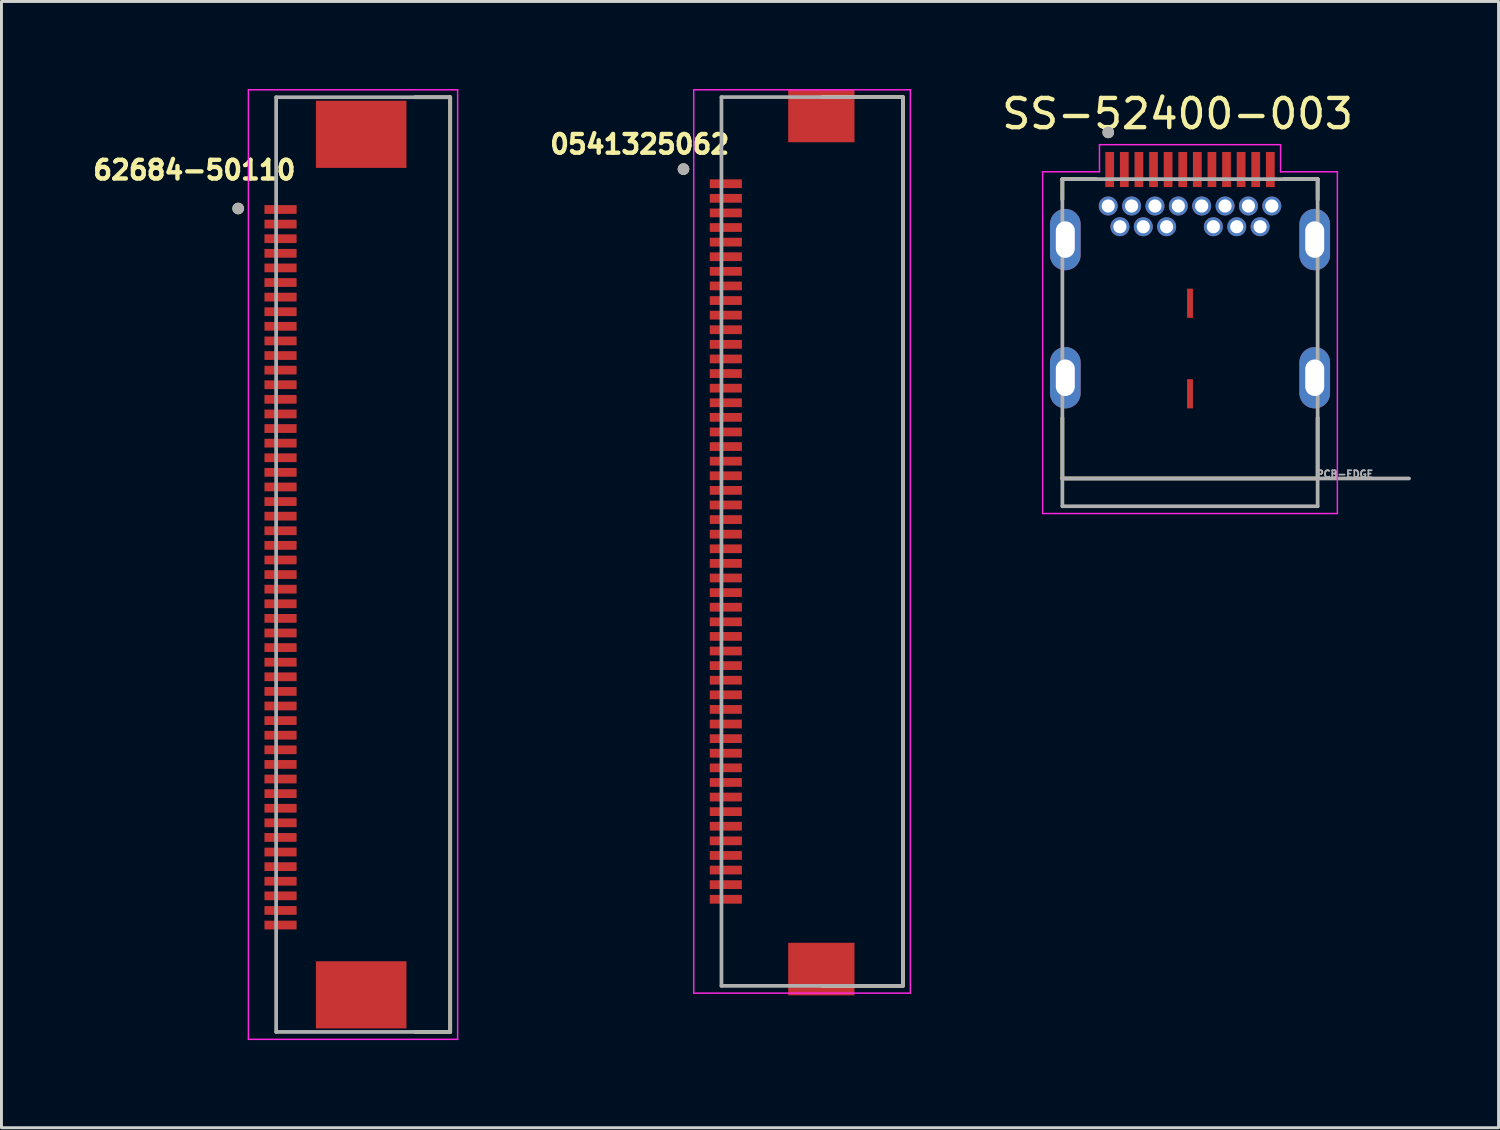
<source format=kicad_pcb>
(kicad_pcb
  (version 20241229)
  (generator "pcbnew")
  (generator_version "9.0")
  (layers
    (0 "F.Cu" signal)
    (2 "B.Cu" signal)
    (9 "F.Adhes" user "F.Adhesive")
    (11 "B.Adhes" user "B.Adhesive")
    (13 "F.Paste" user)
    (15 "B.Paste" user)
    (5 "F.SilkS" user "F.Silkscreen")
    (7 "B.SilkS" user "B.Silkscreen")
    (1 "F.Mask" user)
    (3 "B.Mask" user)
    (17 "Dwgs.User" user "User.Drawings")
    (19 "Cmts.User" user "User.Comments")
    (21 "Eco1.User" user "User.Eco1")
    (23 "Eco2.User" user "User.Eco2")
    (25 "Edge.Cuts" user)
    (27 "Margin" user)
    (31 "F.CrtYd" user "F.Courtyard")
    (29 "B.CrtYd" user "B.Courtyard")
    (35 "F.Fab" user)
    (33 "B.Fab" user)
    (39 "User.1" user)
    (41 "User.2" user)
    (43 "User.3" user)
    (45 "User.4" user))
  (footprint "0541325062"
    (layer "F.Cu")
    (at 23.802 14.89)
    (property "Reference" "0541325062" (at -4.95 -13 180) (layer "F.SilkS") (effects (font (size 0.64 0.64) (thickness 0.15))))
    (attr smd)
    (fp_line (start 4.064 -14.615) (end 1.3 -14.615) (stroke (width 0.127) (type solid)) (layer "F.SilkS"))
    (fp_line (start 4.064 15.815) (end 1.3 15.815) (stroke (width 0.127) (type solid)) (layer "F.SilkS"))
    (fp_line (start 4.064 15.815) (end 4.064 -14.615) (stroke (width 0.127) (type solid)) (layer "F.SilkS"))
    (fp_circle (center -3.45 -12.15) (end -3.45 -12.25) (stroke (width 0.2) (type solid)) (fill no) (layer "F.SilkS"))
    (fp_line (start -3.1 -14.865) (end -3.1 16.065) (stroke (width 0.05) (type solid)) (layer "F.CrtYd"))
    (fp_line (start -3.1 16.065) (end 4.318 16.065) (stroke (width 0.05) (type solid)) (layer "F.CrtYd"))
    (fp_line (start 4.318 -14.865) (end -3.1 -14.865) (stroke (width 0.05) (type solid)) (layer "F.CrtYd"))
    (fp_line (start 4.318 16.065) (end 4.318 -14.865) (stroke (width 0.05) (type solid)) (layer "F.CrtYd"))
    (fp_line (start -2.15 15.815) (end -2.15 -14.615) (stroke (width 0.127) (type solid)) (layer "F.Fab"))
    (fp_line (start -2.15 15.815) (end 4.064 15.815) (stroke (width 0.127) (type solid)) (layer "F.Fab"))
    (fp_line (start 4.064 -14.615) (end -2.15 -14.615) (stroke (width 0.127) (type solid)) (layer "F.Fab"))
    (fp_line (start 4.064 15.815) (end 4.064 -14.615) (stroke (width 0.127) (type solid)) (layer "F.Fab"))
    (fp_circle (center -3.45 -12.15) (end -3.45 -12.25) (stroke (width 0.2) (type solid)) (fill no) (layer "F.Fab"))
    (pad "1" smd rect (at -2 -11.65 270) (size 0.3 1.1) (layers "F.Cu" "F.Mask" "F.Paste"))
    (pad "2" smd rect (at -2 -11.15 270) (size 0.3 1.1) (layers "F.Cu" "F.Mask" "F.Paste"))
    (pad "3" smd rect (at -2 -10.65 270) (size 0.3 1.1) (layers "F.Cu" "F.Mask" "F.Paste"))
    (pad "4" smd rect (at -2 -10.15 270) (size 0.3 1.1) (layers "F.Cu" "F.Mask" "F.Paste"))
    (pad "5" smd rect (at -2 -9.65 270) (size 0.3 1.1) (layers "F.Cu" "F.Mask" "F.Paste"))
    (pad "6" smd rect (at -2 -9.15 270) (size 0.3 1.1) (layers "F.Cu" "F.Mask" "F.Paste"))
    (pad "7" smd rect (at -2 -8.65 270) (size 0.3 1.1) (layers "F.Cu" "F.Mask" "F.Paste"))
    (pad "8" smd rect (at -2 -8.15 270) (size 0.3 1.1) (layers "F.Cu" "F.Mask" "F.Paste"))
    (pad "9" smd rect (at -2 -7.65 270) (size 0.3 1.1) (layers "F.Cu" "F.Mask" "F.Paste"))
    (pad "10" smd rect (at -2 -7.15 270) (size 0.3 1.1) (layers "F.Cu" "F.Mask" "F.Paste"))
    (pad "11" smd rect (at -2 -6.65 270) (size 0.3 1.1) (layers "F.Cu" "F.Mask" "F.Paste"))
    (pad "12" smd rect (at -2 -6.15 270) (size 0.3 1.1) (layers "F.Cu" "F.Mask" "F.Paste"))
    (pad "13" smd rect (at -2 -5.65 270) (size 0.3 1.1) (layers "F.Cu" "F.Mask" "F.Paste"))
    (pad "14" smd rect (at -2 -5.15 270) (size 0.3 1.1) (layers "F.Cu" "F.Mask" "F.Paste"))
    (pad "15" smd rect (at -2 -4.65 270) (size 0.3 1.1) (layers "F.Cu" "F.Mask" "F.Paste"))
    (pad "16" smd rect (at -2 -4.15 270) (size 0.3 1.1) (layers "F.Cu" "F.Mask" "F.Paste"))
    (pad "17" smd rect (at -2 -3.65 270) (size 0.3 1.1) (layers "F.Cu" "F.Mask" "F.Paste"))
    (pad "18" smd rect (at -2 -3.15 270) (size 0.3 1.1) (layers "F.Cu" "F.Mask" "F.Paste"))
    (pad "19" smd rect (at -2 -2.65 270) (size 0.3 1.1) (layers "F.Cu" "F.Mask" "F.Paste"))
    (pad "20" smd rect (at -2 -2.15 270) (size 0.3 1.1) (layers "F.Cu" "F.Mask" "F.Paste"))
    (pad "21" smd rect (at -2 -1.65 270) (size 0.3 1.1) (layers "F.Cu" "F.Mask" "F.Paste"))
    (pad "22" smd rect (at -2 -1.15 270) (size 0.3 1.1) (layers "F.Cu" "F.Mask" "F.Paste"))
    (pad "23" smd rect (at -2 -0.65 270) (size 0.3 1.1) (layers "F.Cu" "F.Mask" "F.Paste"))
    (pad "24" smd rect (at -2 -0.15 270) (size 0.3 1.1) (layers "F.Cu" "F.Mask" "F.Paste"))
    (pad "25" smd rect (at -2 0.35 270) (size 0.3 1.1) (layers "F.Cu" "F.Mask" "F.Paste"))
    (pad "26" smd rect (at -2 0.85 270) (size 0.3 1.1) (layers "F.Cu" "F.Mask" "F.Paste"))
    (pad "27" smd rect (at -2 1.35 270) (size 0.3 1.1) (layers "F.Cu" "F.Mask" "F.Paste"))
    (pad "28" smd rect (at -2 1.85 270) (size 0.3 1.1) (layers "F.Cu" "F.Mask" "F.Paste"))
    (pad "29" smd rect (at -2 2.35 270) (size 0.3 1.1) (layers "F.Cu" "F.Mask" "F.Paste"))
    (pad "30" smd rect (at -2 2.85 270) (size 0.3 1.1) (layers "F.Cu" "F.Mask" "F.Paste"))
    (pad "31" smd rect (at -2 3.35 270) (size 0.3 1.1) (layers "F.Cu" "F.Mask" "F.Paste"))
    (pad "32" smd rect (at -2 3.85 270) (size 0.3 1.1) (layers "F.Cu" "F.Mask" "F.Paste"))
    (pad "33" smd rect (at -2 4.35 270) (size 0.3 1.1) (layers "F.Cu" "F.Mask" "F.Paste"))
    (pad "34" smd rect (at -2 4.85 270) (size 0.3 1.1) (layers "F.Cu" "F.Mask" "F.Paste"))
    (pad "35" smd rect (at -2 5.35 270) (size 0.3 1.1) (layers "F.Cu" "F.Mask" "F.Paste"))
    (pad "36" smd rect (at -2 5.85 270) (size 0.3 1.1) (layers "F.Cu" "F.Mask" "F.Paste"))
    (pad "37" smd rect (at -2 6.35 270) (size 0.3 1.1) (layers "F.Cu" "F.Mask" "F.Paste"))
    (pad "38" smd rect (at -2 6.85 270) (size 0.3 1.1) (layers "F.Cu" "F.Mask" "F.Paste"))
    (pad "39" smd rect (at -2 7.35 270) (size 0.3 1.1) (layers "F.Cu" "F.Mask" "F.Paste"))
    (pad "40" smd rect (at -2 7.85 270) (size 0.3 1.1) (layers "F.Cu" "F.Mask" "F.Paste"))
    (pad "41" smd rect (at -2 8.35 270) (size 0.3 1.1) (layers "F.Cu" "F.Mask" "F.Paste"))
    (pad "42" smd rect (at -2 8.85 270) (size 0.3 1.1) (layers "F.Cu" "F.Mask" "F.Paste"))
    (pad "43" smd rect (at -2 9.35 270) (size 0.3 1.1) (layers "F.Cu" "F.Mask" "F.Paste"))
    (pad "44" smd rect (at -2 9.85 270) (size 0.3 1.1) (layers "F.Cu" "F.Mask" "F.Paste"))
    (pad "45" smd rect (at -2 10.35 270) (size 0.3 1.1) (layers "F.Cu" "F.Mask" "F.Paste"))
    (pad "46" smd rect (at -2 10.85 270) (size 0.3 1.1) (layers "F.Cu" "F.Mask" "F.Paste"))
    (pad "47" smd rect (at -2 11.35 270) (size 0.3 1.1) (layers "F.Cu" "F.Mask" "F.Paste"))
    (pad "48" smd rect (at -2 11.85 270) (size 0.3 1.1) (layers "F.Cu" "F.Mask" "F.Paste"))
    (pad "49" smd rect (at -2 12.35 270) (size 0.3 1.1) (layers "F.Cu" "F.Mask" "F.Paste"))
    (pad "50" smd rect (at -2 12.85 270) (size 0.3 1.1) (layers "F.Cu" "F.Mask" "F.Paste"))
    (pad "F1" smd rect (at 1.27 -13.97 180) (size 2.27 1.8) (layers "F.Cu" "F.Mask" "F.Paste"))
    (pad "F2" smd rect (at 1.27 15.24 180) (size 2.27 1.8) (layers "F.Cu" "F.Mask" "F.Paste")))
  (footprint "SS-52400-003"
    (layer "F.Cu")
    (at 37.695 9.883)
    (property "Reference" "SS-52400-003" (at -0.425 -9.035 0) (layer "F.SilkS") (effects (font (size 1 1) (thickness 0.15))))
    (attr through_hole)
    (fp_line (start -4.37 -6.8) (end -4.37 -6.1) (stroke (width 0.127) (type solid)) (layer "F.SilkS"))
    (fp_line (start -4.37 1.37) (end -4.37 3.45) (stroke (width 0.127) (type solid)) (layer "F.SilkS"))
    (fp_line (start -4.37 3.45) (end 4.37 3.45) (stroke (width 0.127) (type solid)) (layer "F.SilkS"))
    (fp_line (start -3.22 -6.8) (end -4.37 -6.8) (stroke (width 0.127) (type solid)) (layer "F.SilkS"))
    (fp_line (start 3.22 -6.8) (end 4.37 -6.8) (stroke (width 0.127) (type solid)) (layer "F.SilkS"))
    (fp_line (start 4.37 -6.8) (end 4.37 -6.1) (stroke (width 0.127) (type solid)) (layer "F.SilkS"))
    (fp_line (start 4.37 3.45) (end 4.37 1.37) (stroke (width 0.127) (type solid)) (layer "F.SilkS"))
    (fp_circle (center -2.8 -8.4) (end -2.7 -8.4) (stroke (width 0.2) (type solid)) (fill no) (layer "F.SilkS"))
    (fp_line (start -5.045 -7.05) (end -5.045 4.65) (stroke (width 0.05) (type solid)) (layer "F.CrtYd"))
    (fp_line (start -5.045 4.65) (end 5.045 4.65) (stroke (width 0.05) (type solid)) (layer "F.CrtYd"))
    (fp_line (start -3.1 -7.98) (end -3.1 -7.05) (stroke (width 0.05) (type solid)) (layer "F.CrtYd"))
    (fp_line (start -3.1 -7.05) (end -5.045 -7.05) (stroke (width 0.05) (type solid)) (layer "F.CrtYd"))
    (fp_line (start 3.1 -7.98) (end -3.1 -7.98) (stroke (width 0.05) (type solid)) (layer "F.CrtYd"))
    (fp_line (start 3.1 -7.05) (end 3.1 -7.98) (stroke (width 0.05) (type solid)) (layer "F.CrtYd"))
    (fp_line (start 5.045 -7.05) (end 3.1 -7.05) (stroke (width 0.05) (type solid)) (layer "F.CrtYd"))
    (fp_line (start 5.045 4.65) (end 5.045 -7.05) (stroke (width 0.05) (type solid)) (layer "F.CrtYd"))
    (fp_line (start -4.37 -6.8) (end 4.37 -6.8) (stroke (width 0.127) (type solid)) (layer "F.Fab"))
    (fp_line (start -4.37 3.45) (end -4.37 -6.8) (stroke (width 0.127) (type solid)) (layer "F.Fab"))
    (fp_line (start -4.37 3.45) (end 7.5 3.45) (stroke (width 0.127) (type solid)) (layer "F.Fab"))
    (fp_line (start -4.37 4.4) (end -4.37 3.45) (stroke (width 0.127) (type solid)) (layer "F.Fab"))
    (fp_line (start 4.37 -6.8) (end 4.37 4.4) (stroke (width 0.127) (type solid)) (layer "F.Fab"))
    (fp_line (start 4.37 4.4) (end -4.37 4.4) (stroke (width 0.127) (type solid)) (layer "F.Fab"))
    (fp_circle (center -2.8 -8.4) (end -2.7 -8.4) (stroke (width 0.2) (type solid)) (fill no) (layer "F.Fab"))
    (fp_text user "PCB-EDGE" (at 5.3 3.3 0) (layer "F.Fab") (effects (font (size 0.24 0.24) (thickness 0.15))))
    (pad "A1" smd rect (at -2.75 -7.13) (size 0.3 1.2) (layers "F.Cu" "F.Mask" "F.Paste"))
    (pad "A2" smd rect (at -2.25 -7.13) (size 0.3 1.2) (layers "F.Cu" "F.Mask" "F.Paste"))
    (pad "A3" smd rect (at -1.75 -7.13) (size 0.3 1.2) (layers "F.Cu" "F.Mask" "F.Paste"))
    (pad "A4" smd rect (at -1.25 -7.13) (size 0.3 1.2) (layers "F.Cu" "F.Mask" "F.Paste"))
    (pad "A5" smd rect (at -0.75 -7.13) (size 0.3 1.2) (layers "F.Cu" "F.Mask" "F.Paste"))
    (pad "A6" smd rect (at -0.25 -7.13) (size 0.3 1.2) (layers "F.Cu" "F.Mask" "F.Paste"))
    (pad "A7" smd rect (at 0.25 -7.13) (size 0.3 1.2) (layers "F.Cu" "F.Mask" "F.Paste"))
    (pad "A8" smd rect (at 0.75 -7.13) (size 0.3 1.2) (layers "F.Cu" "F.Mask" "F.Paste"))
    (pad "A9" smd rect (at 1.25 -7.13) (size 0.3 1.2) (layers "F.Cu" "F.Mask" "F.Paste"))
    (pad "A10" smd rect (at 1.75 -7.13) (size 0.3 1.2) (layers "F.Cu" "F.Mask" "F.Paste"))
    (pad "A11" smd rect (at 2.25 -7.13) (size 0.3 1.2) (layers "F.Cu" "F.Mask" "F.Paste"))
    (pad "A12" smd rect (at 2.75 -7.13) (size 0.3 1.2) (layers "F.Cu" "F.Mask" "F.Paste"))
    (pad "B1" thru_hole circle (at 2.8 -5.88) (size 0.65 0.65) (drill 0.45) (layers "*.Cu" "*.Mask"))
    (pad "B2" thru_hole circle (at 2.4 -5.17) (size 0.65 0.65) (drill 0.45) (layers "*.Cu" "*.Mask"))
    (pad "B3" thru_hole circle (at 1.6 -5.17) (size 0.65 0.65) (drill 0.45) (layers "*.Cu" "*.Mask"))
    (pad "B4" thru_hole circle (at 1.2 -5.88) (size 0.65 0.65) (drill 0.45) (layers "*.Cu" "*.Mask"))
    (pad "B5" thru_hole circle (at 0.8 -5.17) (size 0.65 0.65) (drill 0.45) (layers "*.Cu" "*.Mask"))
    (pad "B6" thru_hole circle (at 0.4 -5.88) (size 0.65 0.65) (drill 0.45) (layers "*.Cu" "*.Mask"))
    (pad "B7" thru_hole circle (at -0.4 -5.88) (size 0.65 0.65) (drill 0.45) (layers "*.Cu" "*.Mask"))
    (pad "B8" thru_hole circle (at -0.8 -5.17) (size 0.65 0.65) (drill 0.45) (layers "*.Cu" "*.Mask"))
    (pad "B9" thru_hole circle (at -1.2 -5.88) (size 0.65 0.65) (drill 0.45) (layers "*.Cu" "*.Mask"))
    (pad "B10" thru_hole circle (at -1.6 -5.17) (size 0.65 0.65) (drill 0.45) (layers "*.Cu" "*.Mask"))
    (pad "B11" thru_hole circle (at -2.4 -5.17) (size 0.65 0.65) (drill 0.45) (layers "*.Cu" "*.Mask"))
    (pad "B12" thru_hole circle (at -2.8 -5.88) (size 0.65 0.65) (drill 0.45) (layers "*.Cu" "*.Mask"))
    (pad "G1" thru_hole circle (at 2 -5.88) (size 0.65 0.65) (drill 0.45) (layers "*.Cu" "*.Mask"))
    (pad "G2" thru_hole circle (at -2 -5.88) (size 0.65 0.65) (drill 0.45) (layers "*.Cu" "*.Mask"))
    (pad "G3" smd rect (at 0 -2.55) (size 0.2 1) (layers "F.Cu" "F.Mask" "F.Paste"))
    (pad "G4" smd rect (at 0 0.55) (size 0.2 1) (layers "F.Cu" "F.Mask" "F.Paste"))
    (pad "S1" thru_hole oval (at -4.27 -4.73) (size 1.05 2.1) (drill oval 0.65 1.25) (layers "*.Cu" "*.Mask"))
    (pad "S2" thru_hole oval (at 4.27 -4.73) (size 1.05 2.1) (drill oval 0.65 1.25) (layers "*.Cu" "*.Mask"))
    (pad "S3" thru_hole oval (at -4.27 0) (size 1.05 2.1) (drill oval 0.65 1.25) (layers "*.Cu" "*.Mask"))
    (pad "S4" thru_hole oval (at 4.27 0) (size 1.05 2.1) (drill oval 0.65 1.25) (layers "*.Cu" "*.Mask")))
  (footprint "62684-50110"
    (layer "F.Cu")
    (at 8.555 15.773)
    (property "Reference" "62684-50110" (at -4.95 -13 180) (layer "F.SilkS") (effects (font (size 0.64 0.64) (thickness 0.15))))
    (attr smd)
    (fp_line (start 3.81 -15.494) (end 2.606 -15.494) (stroke (width 0.127) (type solid)) (layer "F.SilkS"))
    (fp_line (start 3.81 16.51) (end 2.606 16.51) (stroke (width 0.127) (type solid)) (layer "F.SilkS"))
    (fp_line (start 3.81 16.51) (end 3.81 -15.494) (stroke (width 0.127) (type solid)) (layer "F.SilkS"))
    (fp_circle (center -3.45 -11.684) (end -3.45 -11.784) (stroke (width 0.2) (type solid)) (fill no) (layer "F.SilkS"))
    (fp_line (start -3.1 -15.748) (end -3.1 16.764) (stroke (width 0.05) (type solid)) (layer "F.CrtYd"))
    (fp_line (start -3.1 16.764) (end 4.064 16.764) (stroke (width 0.05) (type solid)) (layer "F.CrtYd"))
    (fp_line (start 4.064 -15.748) (end -3.1 -15.748) (stroke (width 0.05) (type solid)) (layer "F.CrtYd"))
    (fp_line (start 4.064 16.764) (end 4.064 -15.748) (stroke (width 0.05) (type solid)) (layer "F.CrtYd"))
    (fp_line (start -2.15 16.51) (end -2.15 -15.494) (stroke (width 0.127) (type solid)) (layer "F.Fab"))
    (fp_line (start -2.15 16.51) (end 3.81 16.51) (stroke (width 0.127) (type solid)) (layer "F.Fab"))
    (fp_line (start 3.81 -15.494) (end -2.15 -15.494) (stroke (width 0.127) (type solid)) (layer "F.Fab"))
    (fp_line (start 3.81 16.51) (end 3.81 -15.494) (stroke (width 0.127) (type solid)) (layer "F.Fab"))
    (fp_circle (center -3.45 -11.684) (end -3.45 -11.784) (stroke (width 0.2) (type solid)) (fill no) (layer "F.Fab"))
    (pad "1" smd rect (at -2 -11.65 270) (size 0.3 1.1) (layers "F.Cu" "F.Mask" "F.Paste"))
    (pad "2" smd rect (at -2 -11.15 270) (size 0.3 1.1) (layers "F.Cu" "F.Mask" "F.Paste"))
    (pad "3" smd rect (at -2 -10.65 270) (size 0.3 1.1) (layers "F.Cu" "F.Mask" "F.Paste"))
    (pad "4" smd rect (at -2 -10.15 270) (size 0.3 1.1) (layers "F.Cu" "F.Mask" "F.Paste"))
    (pad "5" smd rect (at -2 -9.65 270) (size 0.3 1.1) (layers "F.Cu" "F.Mask" "F.Paste"))
    (pad "6" smd rect (at -2 -9.15 270) (size 0.3 1.1) (layers "F.Cu" "F.Mask" "F.Paste"))
    (pad "7" smd rect (at -2 -8.65 270) (size 0.3 1.1) (layers "F.Cu" "F.Mask" "F.Paste"))
    (pad "8" smd rect (at -2 -8.15 270) (size 0.3 1.1) (layers "F.Cu" "F.Mask" "F.Paste"))
    (pad "9" smd rect (at -2 -7.65 270) (size 0.3 1.1) (layers "F.Cu" "F.Mask" "F.Paste"))
    (pad "10" smd rect (at -2 -7.15 270) (size 0.3 1.1) (layers "F.Cu" "F.Mask" "F.Paste"))
    (pad "11" smd rect (at -2 -6.65 270) (size 0.3 1.1) (layers "F.Cu" "F.Mask" "F.Paste"))
    (pad "12" smd rect (at -2 -6.15 270) (size 0.3 1.1) (layers "F.Cu" "F.Mask" "F.Paste"))
    (pad "13" smd rect (at -2 -5.65 270) (size 0.3 1.1) (layers "F.Cu" "F.Mask" "F.Paste"))
    (pad "14" smd rect (at -2 -5.15 270) (size 0.3 1.1) (layers "F.Cu" "F.Mask" "F.Paste"))
    (pad "15" smd rect (at -2 -4.65 270) (size 0.3 1.1) (layers "F.Cu" "F.Mask" "F.Paste"))
    (pad "16" smd rect (at -2 -4.15 270) (size 0.3 1.1) (layers "F.Cu" "F.Mask" "F.Paste"))
    (pad "17" smd rect (at -2 -3.65 270) (size 0.3 1.1) (layers "F.Cu" "F.Mask" "F.Paste"))
    (pad "18" smd rect (at -2 -3.15 270) (size 0.3 1.1) (layers "F.Cu" "F.Mask" "F.Paste"))
    (pad "19" smd rect (at -2 -2.65 270) (size 0.3 1.1) (layers "F.Cu" "F.Mask" "F.Paste"))
    (pad "20" smd rect (at -2 -2.15 270) (size 0.3 1.1) (layers "F.Cu" "F.Mask" "F.Paste"))
    (pad "21" smd rect (at -2 -1.65 270) (size 0.3 1.1) (layers "F.Cu" "F.Mask" "F.Paste"))
    (pad "22" smd rect (at -2 -1.15 270) (size 0.3 1.1) (layers "F.Cu" "F.Mask" "F.Paste"))
    (pad "23" smd rect (at -2 -0.65 270) (size 0.3 1.1) (layers "F.Cu" "F.Mask" "F.Paste"))
    (pad "24" smd rect (at -2 -0.15 270) (size 0.3 1.1) (layers "F.Cu" "F.Mask" "F.Paste"))
    (pad "25" smd rect (at -2 0.35 270) (size 0.3 1.1) (layers "F.Cu" "F.Mask" "F.Paste"))
    (pad "26" smd rect (at -2 0.85 270) (size 0.3 1.1) (layers "F.Cu" "F.Mask" "F.Paste"))
    (pad "27" smd rect (at -2 1.35 270) (size 0.3 1.1) (layers "F.Cu" "F.Mask" "F.Paste"))
    (pad "28" smd rect (at -2 1.85 270) (size 0.3 1.1) (layers "F.Cu" "F.Mask" "F.Paste"))
    (pad "29" smd rect (at -2 2.35 270) (size 0.3 1.1) (layers "F.Cu" "F.Mask" "F.Paste"))
    (pad "30" smd rect (at -2 2.85 270) (size 0.3 1.1) (layers "F.Cu" "F.Mask" "F.Paste"))
    (pad "31" smd rect (at -2 3.35 270) (size 0.3 1.1) (layers "F.Cu" "F.Mask" "F.Paste"))
    (pad "32" smd rect (at -2 3.85 270) (size 0.3 1.1) (layers "F.Cu" "F.Mask" "F.Paste"))
    (pad "33" smd rect (at -2 4.35 270) (size 0.3 1.1) (layers "F.Cu" "F.Mask" "F.Paste"))
    (pad "34" smd rect (at -2 4.85 270) (size 0.3 1.1) (layers "F.Cu" "F.Mask" "F.Paste"))
    (pad "35" smd rect (at -2 5.35 270) (size 0.3 1.1) (layers "F.Cu" "F.Mask" "F.Paste"))
    (pad "36" smd rect (at -2 5.85 270) (size 0.3 1.1) (layers "F.Cu" "F.Mask" "F.Paste"))
    (pad "37" smd rect (at -2 6.35 270) (size 0.3 1.1) (layers "F.Cu" "F.Mask" "F.Paste"))
    (pad "38" smd rect (at -2 6.85 270) (size 0.3 1.1) (layers "F.Cu" "F.Mask" "F.Paste"))
    (pad "39" smd rect (at -2 7.35 270) (size 0.3 1.1) (layers "F.Cu" "F.Mask" "F.Paste"))
    (pad "40" smd rect (at -2 7.85 270) (size 0.3 1.1) (layers "F.Cu" "F.Mask" "F.Paste"))
    (pad "41" smd rect (at -2 8.35 270) (size 0.3 1.1) (layers "F.Cu" "F.Mask" "F.Paste"))
    (pad "42" smd rect (at -2 8.85 270) (size 0.3 1.1) (layers "F.Cu" "F.Mask" "F.Paste"))
    (pad "43" smd rect (at -2 9.35 270) (size 0.3 1.1) (layers "F.Cu" "F.Mask" "F.Paste"))
    (pad "44" smd rect (at -2 9.85 270) (size 0.3 1.1) (layers "F.Cu" "F.Mask" "F.Paste"))
    (pad "45" smd rect (at -2 10.35 270) (size 0.3 1.1) (layers "F.Cu" "F.Mask" "F.Paste"))
    (pad "46" smd rect (at -2 10.85 270) (size 0.3 1.1) (layers "F.Cu" "F.Mask" "F.Paste"))
    (pad "47" smd rect (at -2 11.35 270) (size 0.3 1.1) (layers "F.Cu" "F.Mask" "F.Paste"))
    (pad "48" smd rect (at -2 11.85 270) (size 0.3 1.1) (layers "F.Cu" "F.Mask" "F.Paste"))
    (pad "49" smd rect (at -2 12.35 270) (size 0.3 1.1) (layers "F.Cu" "F.Mask" "F.Paste"))
    (pad "50" smd rect (at -2 12.85 270) (size 0.3 1.1) (layers "F.Cu" "F.Mask" "F.Paste"))
    (pad "S1" smd rect (at 0.762 -14.224 90) (size 2.3 3.1) (layers "F.Cu" "F.Mask" "F.Paste"))
    (pad "S2" smd rect (at 0.762 15.24 90) (size 2.3 3.1) (layers "F.Cu" "F.Mask" "F.Paste")))
  (gr_rect
    (start -3 -3)
    (end 48.259 35.562)
    (stroke (width 0.1) (type default))
    (fill no)
    (layer "Edge.Cuts")))
</source>
